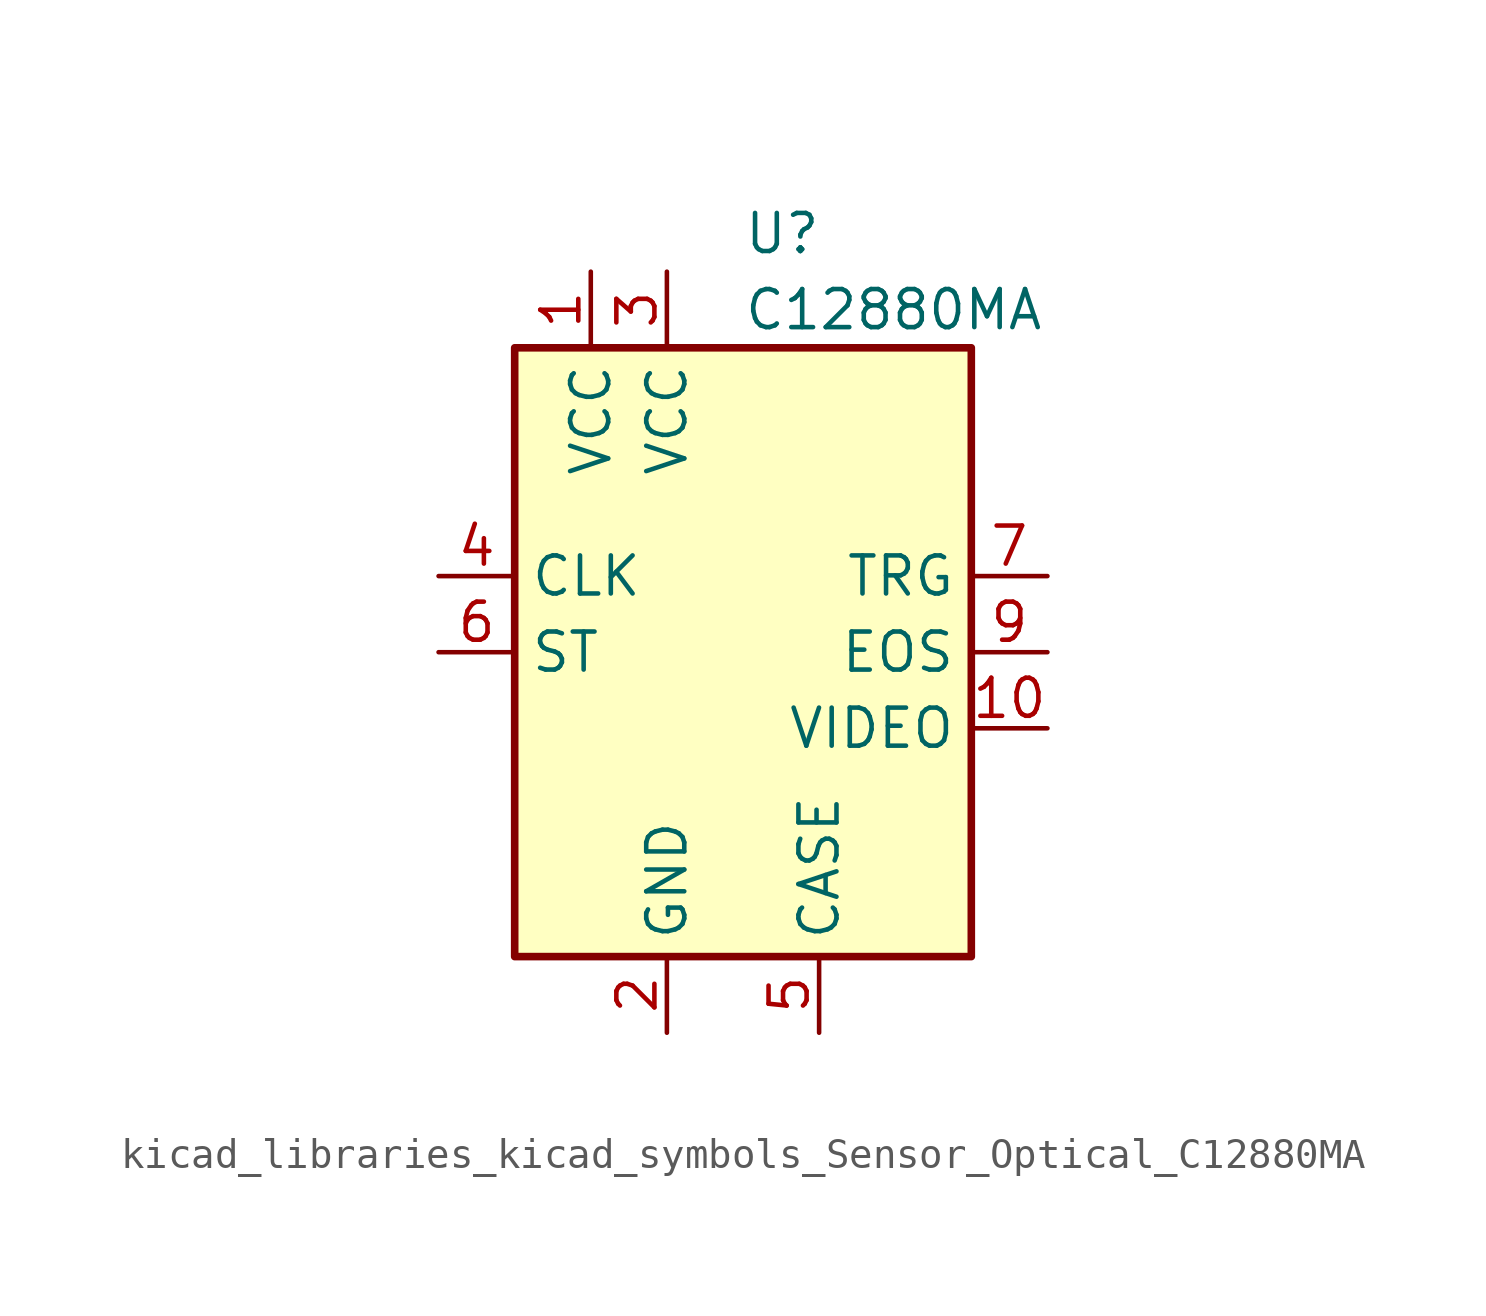
<source format=kicad_sym>
(kicad_symbol_lib
  (version 20220914)
  (generator kicad_symbol_editor)
  (symbol "kicad_libraries_kicad_symbols_Sensor_Optical_C12880MA"
    (property "Reference" "U"
      (at 0 13.97 0)
      (effects (font (size 1.27 1.27)) (justify left)))
    (property "Value" "C12880MA"
      (at 0 11.43 0)
      (effects (font (size 1.27 1.27)) (justify left)))
    (symbol "kicad_libraries_kicad_symbols_Sensor_Optical_C12880MA_0_1"
      (rectangle (start -7.62 10.16) (end 7.62 -10.16) (stroke (width 0.254) (type default)) (fill (type background))))
    (symbol "kicad_libraries_kicad_symbols_Sensor_Optical_C12880MA_1_1"
      (pin power_in line (at -5.08 12.7 270) (length 2.54) (name "VCC" (effects (font (size 1.27 1.27)))) (number "1" (effects (font (size 1.27 1.27)))))
      (pin output line (at 10.16 -2.54 180) (length 2.54) (name "VIDEO" (effects (font (size 1.27 1.27)))) (number "10" (effects (font (size 1.27 1.27)))))
      (pin power_in line (at -2.54 -12.7 90) (length 2.54) (name "GND" (effects (font (size 1.27 1.27)))) (number "2" (effects (font (size 1.27 1.27)))))
      (pin power_in line (at -2.54 12.7 270) (length 2.54) (name "VCC" (effects (font (size 1.27 1.27)))) (number "3" (effects (font (size 1.27 1.27)))))
      (pin input line (at -10.16 2.54 0) (length 2.54) (name "CLK" (effects (font (size 1.27 1.27)))) (number "4" (effects (font (size 1.27 1.27)))))
      (pin passive line (at 2.54 -12.7 90) (length 2.54) (name "CASE" (effects (font (size 1.27 1.27)))) (number "5" (effects (font (size 1.27 1.27)))))
      (pin input line (at -10.16 0 0) (length 2.54) (name "ST" (effects (font (size 1.27 1.27)))) (number "6" (effects (font (size 1.27 1.27)))))
      (pin output line (at 10.16 2.54 180) (length 2.54) (name "TRG" (effects (font (size 1.27 1.27)))) (number "7" (effects (font (size 1.27 1.27)))))
      (pin no_connect line (at -7.62 -2.54 0) (length 2.54) hide (name "NC" (effects (font (size 1.27 1.27)))) (number "8" (effects (font (size 1.27 1.27)))))
      (pin output line (at 10.16 0 180) (length 2.54) (name "EOS" (effects (font (size 1.27 1.27)))) (number "9" (effects (font (size 1.27 1.27))))))))
</source>
